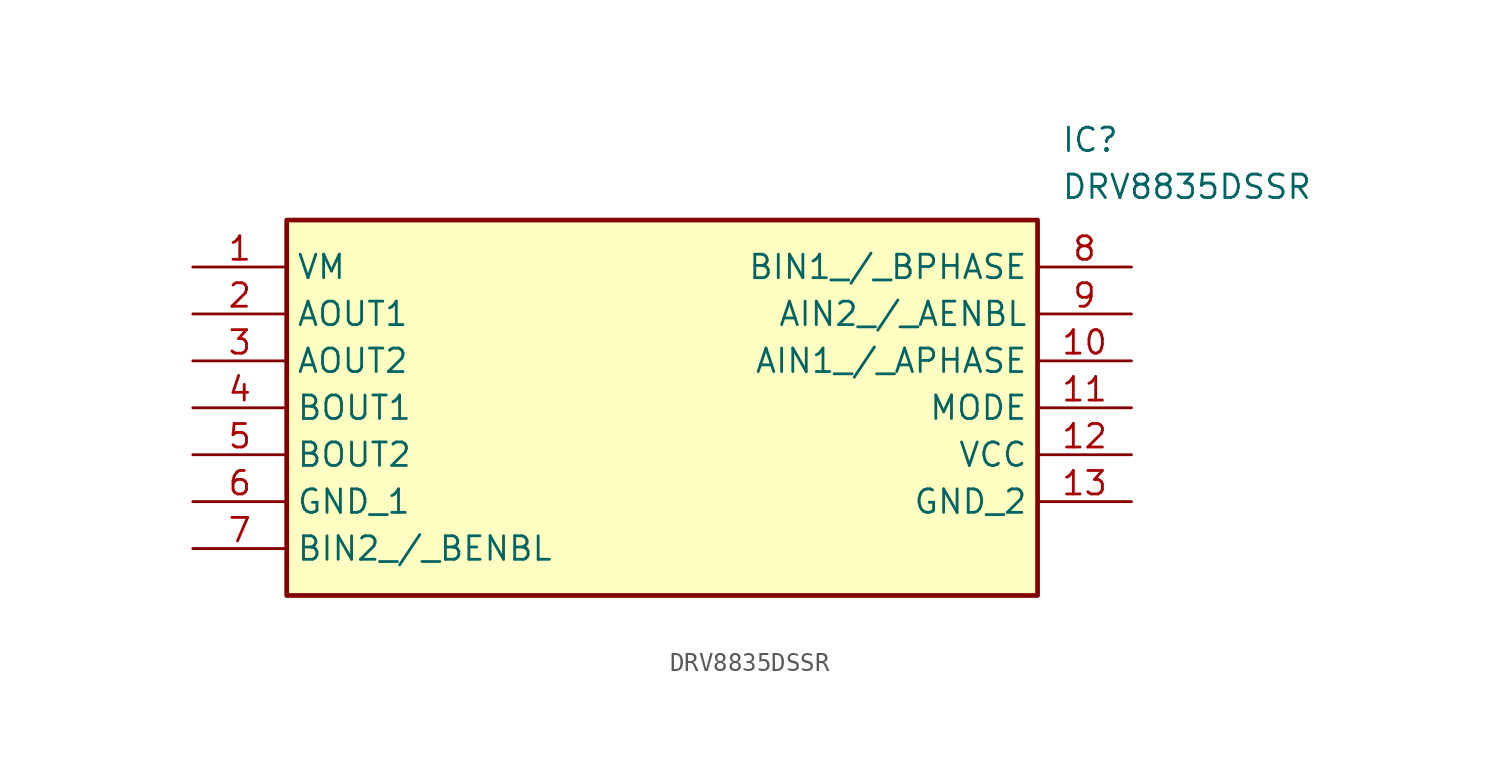
<source format=kicad_sym>
(kicad_symbol_lib
  (version 20211014)
  (generator SamacSys_ECAD_Model)
  (symbol "DRV8835DSSR"
    (property "Reference" "IC"
      (at 46.99 7.62 0)
      (effects (font (size 1.27 1.27)) (justify left top)))
    (property "Value" "DRV8835DSSR"
      (at 46.99 5.08 0)
      (effects (font (size 1.27 1.27)) (justify left top)))
    (rectangle
      (start 5.08 2.54)
      (end 45.72 -17.78)
      (stroke (width 0.254) (type default))
      (fill (type background)))
    (pin passive line
      (at 0 0 0)
      (length 5.08)
      (name "VM" (effects (font (size 1.27 1.27))))
      (number "1" (effects (font (size 1.27 1.27)))))
    (pin passive line
      (at 0 -2.54 0)
      (length 5.08)
      (name "AOUT1" (effects (font (size 1.27 1.27))))
      (number "2" (effects (font (size 1.27 1.27)))))
    (pin passive line
      (at 0 -5.08 0)
      (length 5.08)
      (name "AOUT2" (effects (font (size 1.27 1.27))))
      (number "3" (effects (font (size 1.27 1.27)))))
    (pin passive line
      (at 0 -7.62 0)
      (length 5.08)
      (name "BOUT1" (effects (font (size 1.27 1.27))))
      (number "4" (effects (font (size 1.27 1.27)))))
    (pin passive line
      (at 0 -10.16 0)
      (length 5.08)
      (name "BOUT2" (effects (font (size 1.27 1.27))))
      (number "5" (effects (font (size 1.27 1.27)))))
    (pin passive line
      (at 0 -12.7 0)
      (length 5.08)
      (name "GND_1" (effects (font (size 1.27 1.27))))
      (number "6" (effects (font (size 1.27 1.27)))))
    (pin passive line
      (at 0 -15.24 0)
      (length 5.08)
      (name "BIN2_/_BENBL" (effects (font (size 1.27 1.27))))
      (number "7" (effects (font (size 1.27 1.27)))))
    (pin passive line
      (at 50.8 0 180)
      (length 5.08)
      (name "BIN1_/_BPHASE" (effects (font (size 1.27 1.27))))
      (number "8" (effects (font (size 1.27 1.27)))))
    (pin passive line
      (at 50.8 -2.54 180)
      (length 5.08)
      (name "AIN2_/_AENBL" (effects (font (size 1.27 1.27))))
      (number "9" (effects (font (size 1.27 1.27)))))
    (pin passive line
      (at 50.8 -5.08 180)
      (length 5.08)
      (name "AIN1_/_APHASE" (effects (font (size 1.27 1.27))))
      (number "10" (effects (font (size 1.27 1.27)))))
    (pin passive line
      (at 50.8 -7.62 180)
      (length 5.08)
      (name "MODE" (effects (font (size 1.27 1.27))))
      (number "11" (effects (font (size 1.27 1.27)))))
    (pin passive line
      (at 50.8 -10.16 180)
      (length 5.08)
      (name "VCC" (effects (font (size 1.27 1.27))))
      (number "12" (effects (font (size 1.27 1.27)))))
    (pin passive line
      (at 50.8 -12.7 180)
      (length 5.08)
      (name "GND_2" (effects (font (size 1.27 1.27))))
      (number "13" (effects (font (size 1.27 1.27)))))))
</source>
